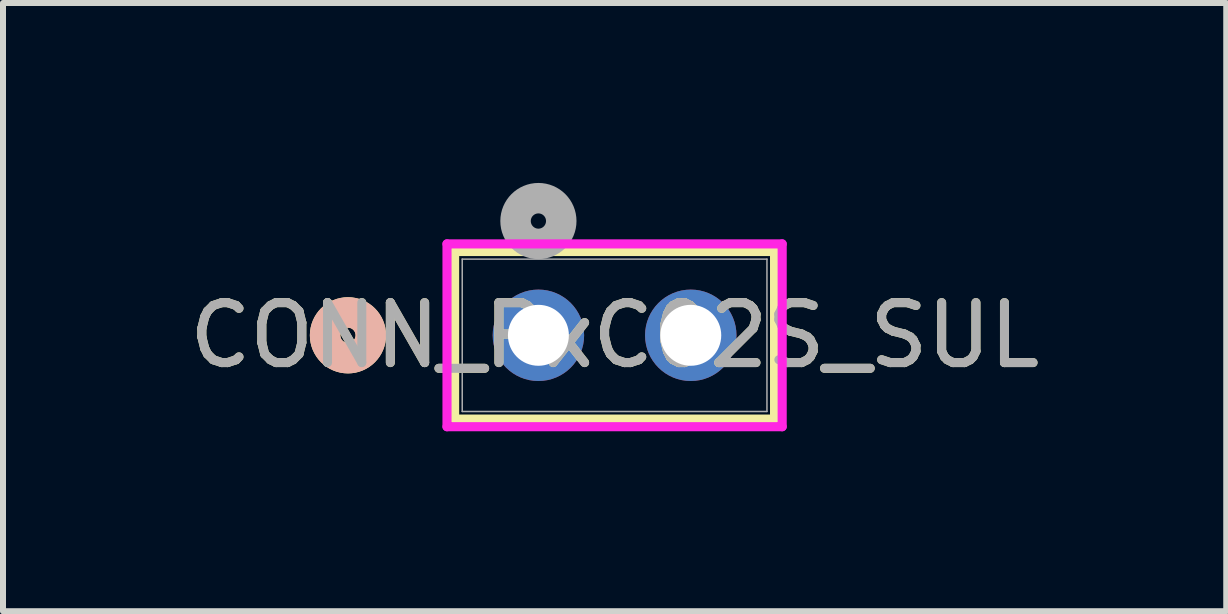
<source format=kicad_pcb>
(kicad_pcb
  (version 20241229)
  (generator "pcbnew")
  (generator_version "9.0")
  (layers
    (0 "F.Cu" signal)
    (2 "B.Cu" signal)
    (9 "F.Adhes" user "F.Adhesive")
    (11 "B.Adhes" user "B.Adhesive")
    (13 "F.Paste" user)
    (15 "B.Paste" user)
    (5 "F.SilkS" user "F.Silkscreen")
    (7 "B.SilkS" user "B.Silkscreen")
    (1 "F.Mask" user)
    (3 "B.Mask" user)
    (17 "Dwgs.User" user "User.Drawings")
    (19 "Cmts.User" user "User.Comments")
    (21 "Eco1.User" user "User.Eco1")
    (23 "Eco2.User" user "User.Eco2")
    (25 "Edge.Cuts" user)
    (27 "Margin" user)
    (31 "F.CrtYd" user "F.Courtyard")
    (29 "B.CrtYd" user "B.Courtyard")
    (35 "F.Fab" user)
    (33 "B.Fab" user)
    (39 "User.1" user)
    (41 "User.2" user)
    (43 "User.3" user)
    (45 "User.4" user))
  (footprint "CONN_PxC02S_SUL"
    (layer "F.Cu")
    (at 5.926 2.54)
    (property "Reference" "CONN_PxC02S_SUL" (at 1.27 0 0) (unlocked yes) (layer "F.SilkS") (effects (font (size 1 1) (thickness 0.15))))
    (attr through_hole)
    (fp_line (start -1.397 -1.397) (end -1.397 1.397) (stroke (width 0.152) (type solid)) (layer "F.SilkS"))
    (fp_line (start -1.397 1.397) (end 3.937 1.397) (stroke (width 0.152) (type solid)) (layer "F.SilkS"))
    (fp_line (start 3.937 -1.397) (end -1.397 -1.397) (stroke (width 0.152) (type solid)) (layer "F.SilkS"))
    (fp_line (start 3.937 1.397) (end 3.937 -1.397) (stroke (width 0.152) (type solid)) (layer "F.SilkS"))
    (fp_circle (center -3.175 0) (end -2.794 0) (stroke (width 0.508) (type solid)) (fill no) (layer "F.SilkS"))
    (fp_circle (center -3.175 0) (end -2.794 0) (stroke (width 0.508) (type solid)) (fill no) (layer "B.SilkS"))
    (fp_line (start -1.524 -1.524) (end -1.524 1.524) (stroke (width 0.152) (type solid)) (layer "F.CrtYd"))
    (fp_line (start -1.524 1.524) (end 4.064 1.524) (stroke (width 0.152) (type solid)) (layer "F.CrtYd"))
    (fp_line (start 4.064 -1.524) (end -1.524 -1.524) (stroke (width 0.152) (type solid)) (layer "F.CrtYd"))
    (fp_line (start 4.064 1.524) (end 4.064 -1.524) (stroke (width 0.152) (type solid)) (layer "F.CrtYd"))
    (fp_line (start -1.27 -1.27) (end -1.27 1.27) (stroke (width 0.025) (type solid)) (layer "F.Fab"))
    (fp_line (start -1.27 1.27) (end 3.81 1.27) (stroke (width 0.025) (type solid)) (layer "F.Fab"))
    (fp_line (start 3.81 -1.27) (end -1.27 -1.27) (stroke (width 0.025) (type solid)) (layer "F.Fab"))
    (fp_line (start 3.81 1.27) (end 3.81 -1.27) (stroke (width 0.025) (type solid)) (layer "F.Fab"))
    (fp_circle (center 0 -1.905) (end 0.381 -1.905) (stroke (width 0.508) (type solid)) (fill no) (layer "F.Fab"))
    (fp_text user "${REFERENCE}" (at 1.27 0 0) (unlocked yes) (layer "F.Fab") (effects (font (size 1 1) (thickness 0.15))))
    (pad "1" thru_hole circle (at 0 0) (size 1.524 1.524) (drill 1.016) (layers "*.Cu" "*.Mask"))
    (pad "2" thru_hole circle (at 2.54 0) (size 1.524 1.524) (drill 1.016) (layers "*.Cu" "*.Mask")))
  (gr_rect
    (start -3 -3)
    (end 17.393 7.14)
    (stroke (width 0.1) (type default))
    (fill no)
    (layer "Edge.Cuts")))
</source>
